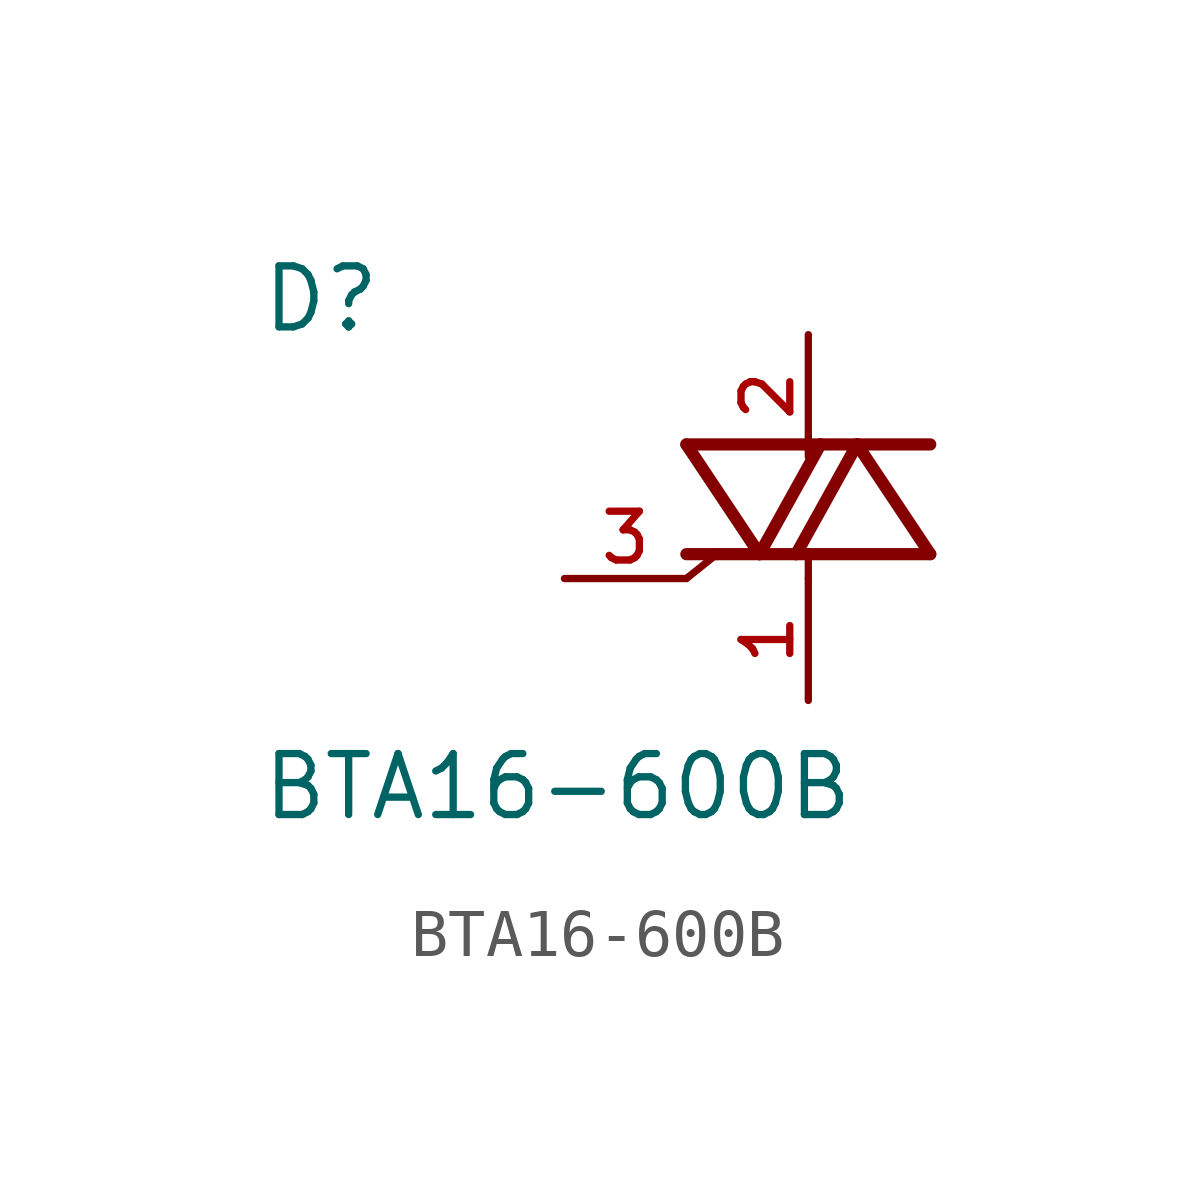
<source format=kicad_sym>
(kicad_symbol_lib
  (version 20211014)
  (generator kicad_symbol_editor)
  (symbol "BTA16-600B"
    (pin_names
      (offset 1.016))
    (property "Reference" "D"
      (at -11.43 5.08 0)
      (effects (font (size 1.27 1.27)) (justify bottom left)))
    (property "Value" "BTA16-600B"
      (at -11.43 -5.08 0)
      (effects (font (size 1.27 1.27)) (justify bottom left)))
    (symbol "BTA16-600B_0_0"
      (polyline (pts (xy -2.54 2.794) (xy -1.016 0.508)) (stroke (width 0.254)))
      (polyline (pts (xy -1.016 0.508) (xy 0.254 2.794)) (stroke (width 0.254)))
      (polyline (pts (xy 0.254 2.794) (xy -2.54 2.794)) (stroke (width 0.254)))
      (polyline (pts (xy 1.016 2.794) (xy 0.254 2.794)) (stroke (width 0.254)))
      (polyline (pts (xy -0.254 0.508) (xy 1.016 2.794)) (stroke (width 0.254)))
      (polyline (pts (xy 1.016 2.794) (xy 2.54 0.508)) (stroke (width 0.254)))
      (polyline (pts (xy 2.54 0.508) (xy 0.0 0.508)) (stroke (width 0.254)))
      (polyline (pts (xy 0.0 0.508) (xy -0.254 0.508)) (stroke (width 0.254)))
      (polyline (pts (xy 1.016 2.794) (xy 2.54 2.794)) (stroke (width 0.254)))
      (polyline (pts (xy -1.905 0.508) (xy -2.54 0.0)) (stroke (width 0.152)))
      (polyline (pts (xy -1.016 0.508) (xy -1.905 0.508)) (stroke (width 0.254)))
      (polyline (pts (xy -1.905 0.508) (xy -2.54 0.508)) (stroke (width 0.254)))
      (polyline (pts (xy -1.016 0.508) (xy -0.254 0.508)) (stroke (width 0.254)))
      (polyline (pts (xy 0.0 0.0) (xy 0.0 0.508)) (stroke (width 0.152)))
      (pin passive line (at 0.0 5.08 270.0) (length 2.54) (name "~" (effects (font (size 1.016 1.016)))) (number "2" (effects (font (size 1.016 1.016)))))
      (pin passive line (at 0.0 -2.54 90.0) (length 2.54) (name "~" (effects (font (size 1.016 1.016)))) (number "1" (effects (font (size 1.016 1.016)))))
      (pin passive line (at -5.08 0.0 0) (length 2.54) (name "~" (effects (font (size 1.016 1.016)))) (number "3" (effects (font (size 1.016 1.016))))))))
</source>
